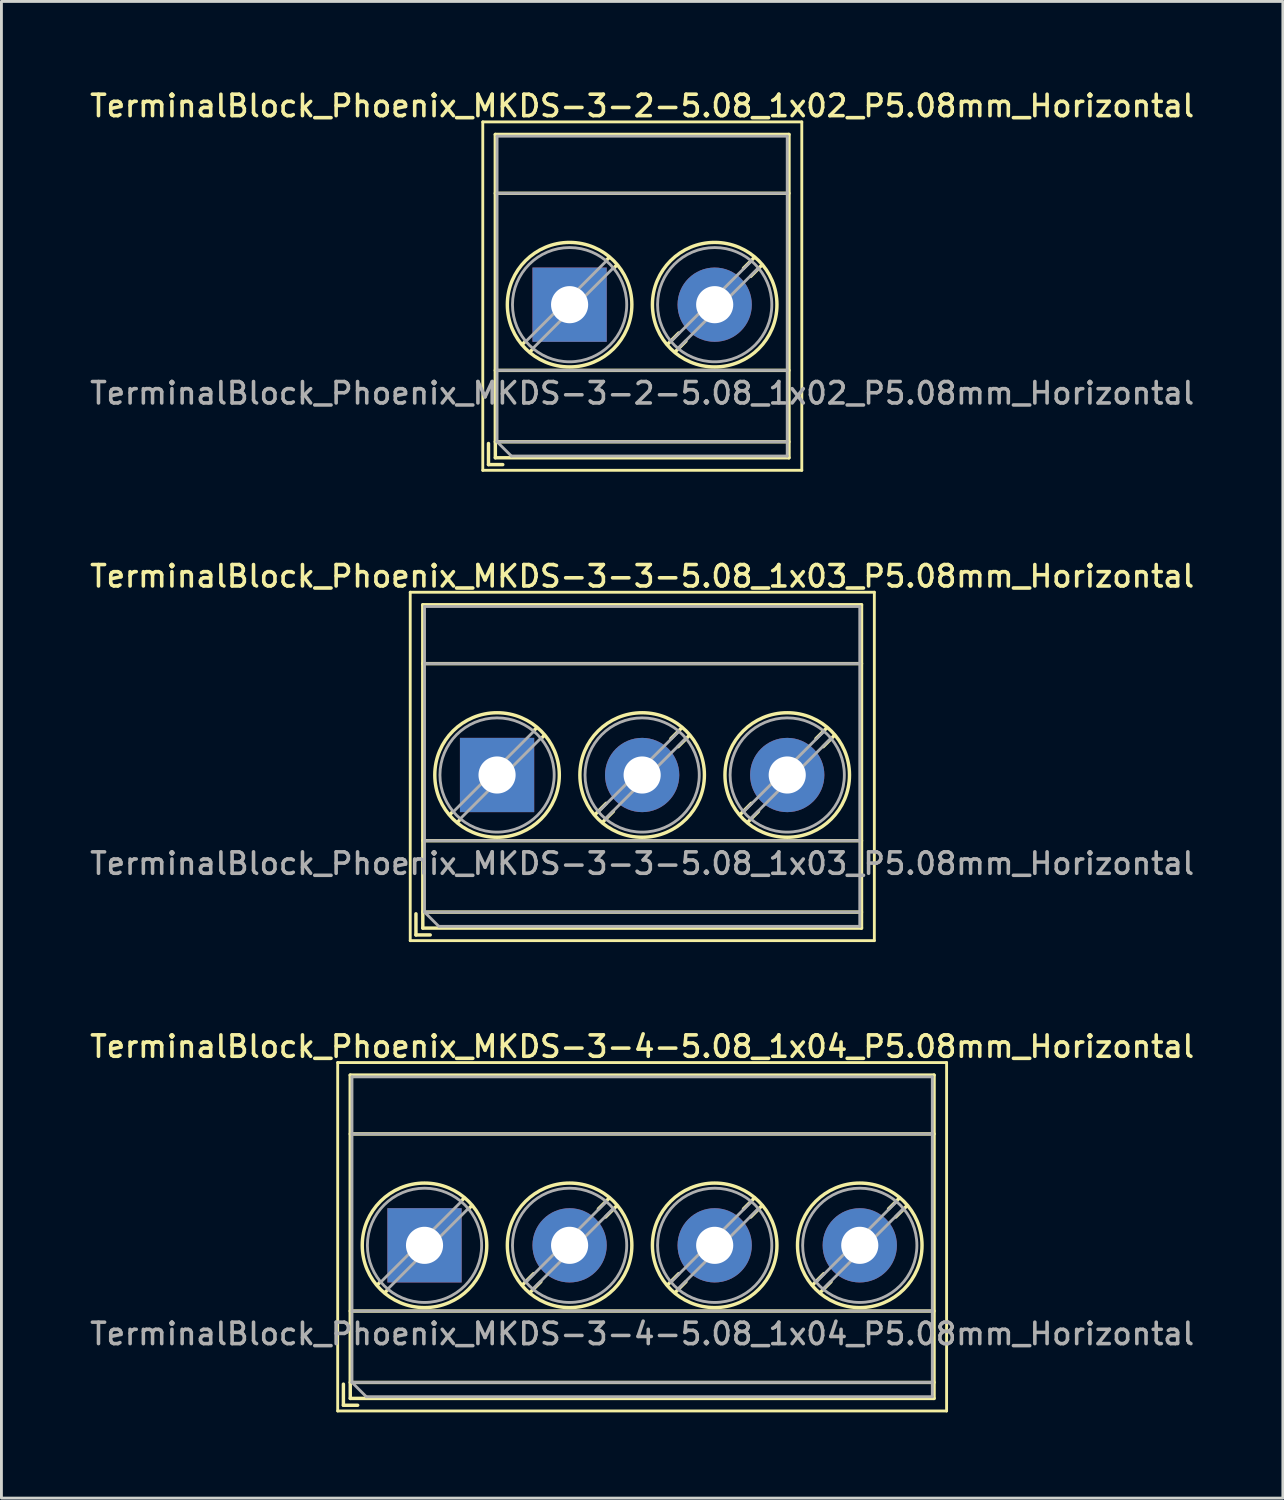
<source format=kicad_pcb>
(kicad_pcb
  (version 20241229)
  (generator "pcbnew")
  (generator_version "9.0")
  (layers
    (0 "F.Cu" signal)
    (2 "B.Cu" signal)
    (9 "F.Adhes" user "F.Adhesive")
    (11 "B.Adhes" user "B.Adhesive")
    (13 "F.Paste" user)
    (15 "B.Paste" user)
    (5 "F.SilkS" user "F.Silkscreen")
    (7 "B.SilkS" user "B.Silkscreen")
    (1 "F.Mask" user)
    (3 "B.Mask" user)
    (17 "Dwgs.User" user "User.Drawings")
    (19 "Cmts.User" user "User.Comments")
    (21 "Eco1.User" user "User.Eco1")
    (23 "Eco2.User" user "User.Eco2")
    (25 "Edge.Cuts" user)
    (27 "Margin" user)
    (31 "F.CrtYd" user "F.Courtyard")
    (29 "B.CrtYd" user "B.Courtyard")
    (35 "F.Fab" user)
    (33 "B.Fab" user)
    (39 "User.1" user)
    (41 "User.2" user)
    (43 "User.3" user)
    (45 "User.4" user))
  (footprint "TerminalBlock_Phoenix_MKDS-3-2-5.08_1x02_P5.08mm_Horizontal"
    (layer "F.Cu")
    (at 16.894 7.618)
    (property "Reference" "TerminalBlock_Phoenix_MKDS-3-2-5.08_1x02_P5.08mm_Horizontal" (at 2.54 -6.96 0) (layer "F.SilkS") (effects (font (size 0.75 0.75) (thickness 0.125))))
    (attr through_hole)
    (fp_line (start -3.04 -6.4) (end -3.04 5.8) (stroke (width 0.1) (type solid)) (layer "F.SilkS"))
    (fp_line (start -3.04 5.8) (end 8.13 5.8) (stroke (width 0.1) (type solid)) (layer "F.SilkS"))
    (fp_line (start -2.84 4.86) (end -2.84 5.6) (stroke (width 0.12) (type solid)) (layer "F.SilkS"))
    (fp_line (start -2.84 5.6) (end -2.34 5.6) (stroke (width 0.12) (type solid)) (layer "F.SilkS"))
    (fp_line (start -2.6 -5.96) (end -2.6 5.36) (stroke (width 0.12) (type solid)) (layer "F.SilkS"))
    (fp_line (start -2.6 -5.96) (end 7.68 -5.96) (stroke (width 0.12) (type solid)) (layer "F.SilkS"))
    (fp_line (start -2.6 -3.9) (end 7.68 -3.9) (stroke (width 0.12) (type solid)) (layer "F.SilkS"))
    (fp_line (start -2.6 2.3) (end 7.68 2.3) (stroke (width 0.12) (type solid)) (layer "F.SilkS"))
    (fp_line (start -2.6 4.8) (end 7.68 4.8) (stroke (width 0.12) (type solid)) (layer "F.SilkS"))
    (fp_line (start -2.6 5.36) (end 7.68 5.36) (stroke (width 0.12) (type solid)) (layer "F.SilkS"))
    (fp_line (start -1.548 1.281) (end -1.654 1.388) (stroke (width 0.12) (type solid)) (layer "F.SilkS"))
    (fp_line (start -1.282 1.547) (end -1.388 1.654) (stroke (width 0.12) (type solid)) (layer "F.SilkS"))
    (fp_line (start 1.388 -1.654) (end 1.281 -1.547) (stroke (width 0.12) (type solid)) (layer "F.SilkS"))
    (fp_line (start 1.654 -1.388) (end 1.547 -1.281) (stroke (width 0.12) (type solid)) (layer "F.SilkS"))
    (fp_line (start 3.822 0.992) (end 3.427 1.388) (stroke (width 0.12) (type solid)) (layer "F.SilkS"))
    (fp_line (start 4.073 1.274) (end 3.693 1.654) (stroke (width 0.12) (type solid)) (layer "F.SilkS"))
    (fp_line (start 6.468 -1.654) (end 6.088 -1.274) (stroke (width 0.12) (type solid)) (layer "F.SilkS"))
    (fp_line (start 6.734 -1.388) (end 6.339 -0.992) (stroke (width 0.12) (type solid)) (layer "F.SilkS"))
    (fp_line (start 7.68 -5.96) (end 7.68 5.36) (stroke (width 0.12) (type solid)) (layer "F.SilkS"))
    (fp_line (start 8.13 -6.4) (end -3.04 -6.4) (stroke (width 0.1) (type solid)) (layer "F.SilkS"))
    (fp_line (start 8.13 5.8) (end 8.13 -6.4) (stroke (width 0.1) (type solid)) (layer "F.SilkS"))
    (fp_circle (center 0 0) (end 2.18 0) (stroke (width 0.12) (type solid)) (fill no) (layer "F.SilkS"))
    (fp_circle (center 5.08 0) (end 7.26 0) (stroke (width 0.12) (type solid)) (fill no) (layer "F.SilkS"))
    (fp_line (start -2.54 -5.9) (end 7.62 -5.9) (stroke (width 0.1) (type solid)) (layer "F.Fab"))
    (fp_line (start -2.54 -3.9) (end 7.62 -3.9) (stroke (width 0.1) (type solid)) (layer "F.Fab"))
    (fp_line (start -2.54 2.3) (end 7.62 2.3) (stroke (width 0.1) (type solid)) (layer "F.Fab"))
    (fp_line (start -2.54 4.8) (end -2.54 -5.9) (stroke (width 0.1) (type solid)) (layer "F.Fab"))
    (fp_line (start -2.54 4.8) (end 7.62 4.8) (stroke (width 0.1) (type solid)) (layer "F.Fab"))
    (fp_line (start -2.04 5.3) (end -2.54 4.8) (stroke (width 0.1) (type solid)) (layer "F.Fab"))
    (fp_line (start 1.273 -1.517) (end -1.517 1.273) (stroke (width 0.1) (type solid)) (layer "F.Fab"))
    (fp_line (start 1.517 -1.273) (end -1.273 1.517) (stroke (width 0.1) (type solid)) (layer "F.Fab"))
    (fp_line (start 6.353 -1.517) (end 3.564 1.273) (stroke (width 0.1) (type solid)) (layer "F.Fab"))
    (fp_line (start 6.597 -1.273) (end 3.808 1.517) (stroke (width 0.1) (type solid)) (layer "F.Fab"))
    (fp_line (start 7.62 -5.9) (end 7.62 5.3) (stroke (width 0.1) (type solid)) (layer "F.Fab"))
    (fp_line (start 7.62 5.3) (end -2.04 5.3) (stroke (width 0.1) (type solid)) (layer "F.Fab"))
    (fp_circle (center 0 0) (end 2 0) (stroke (width 0.1) (type solid)) (fill no) (layer "F.Fab"))
    (fp_circle (center 5.08 0) (end 7.08 0) (stroke (width 0.1) (type solid)) (fill no) (layer "F.Fab"))
    (fp_text user "${REFERENCE}" (at 2.54 3.1 0) (layer "F.Fab") (effects (font (size 0.75 0.75) (thickness 0.125))))
    (pad "1" thru_hole rect (at 0 0) (size 2.6 2.6) (drill 1.3) (layers "*.Cu" "*.Mask"))
    (pad "2" thru_hole circle (at 5.08 0) (size 2.6 2.6) (drill 1.3) (layers "*.Cu" "*.Mask")))
  (footprint "TerminalBlock_Phoenix_MKDS-3-3-5.08_1x03_P5.08mm_Horizontal"
    (layer "F.Cu")
    (at 14.354 24.086)
    (property "Reference" "TerminalBlock_Phoenix_MKDS-3-3-5.08_1x03_P5.08mm_Horizontal" (at 5.08 -6.96 0) (layer "F.SilkS") (effects (font (size 0.75 0.75) (thickness 0.125))))
    (attr through_hole)
    (fp_line (start -3.04 -6.4) (end -3.04 5.8) (stroke (width 0.1) (type solid)) (layer "F.SilkS"))
    (fp_line (start -3.04 5.8) (end 13.21 5.8) (stroke (width 0.1) (type solid)) (layer "F.SilkS"))
    (fp_line (start -2.84 4.86) (end -2.84 5.6) (stroke (width 0.12) (type solid)) (layer "F.SilkS"))
    (fp_line (start -2.84 5.6) (end -2.34 5.6) (stroke (width 0.12) (type solid)) (layer "F.SilkS"))
    (fp_line (start -2.6 -5.96) (end -2.6 5.36) (stroke (width 0.12) (type solid)) (layer "F.SilkS"))
    (fp_line (start -2.6 -5.96) (end 12.76 -5.96) (stroke (width 0.12) (type solid)) (layer "F.SilkS"))
    (fp_line (start -2.6 -3.9) (end 12.76 -3.9) (stroke (width 0.12) (type solid)) (layer "F.SilkS"))
    (fp_line (start -2.6 2.3) (end 12.76 2.3) (stroke (width 0.12) (type solid)) (layer "F.SilkS"))
    (fp_line (start -2.6 4.8) (end 12.76 4.8) (stroke (width 0.12) (type solid)) (layer "F.SilkS"))
    (fp_line (start -2.6 5.36) (end 12.76 5.36) (stroke (width 0.12) (type solid)) (layer "F.SilkS"))
    (fp_line (start -1.548 1.281) (end -1.654 1.388) (stroke (width 0.12) (type solid)) (layer "F.SilkS"))
    (fp_line (start -1.282 1.547) (end -1.388 1.654) (stroke (width 0.12) (type solid)) (layer "F.SilkS"))
    (fp_line (start 1.388 -1.654) (end 1.281 -1.547) (stroke (width 0.12) (type solid)) (layer "F.SilkS"))
    (fp_line (start 1.654 -1.388) (end 1.547 -1.281) (stroke (width 0.12) (type solid)) (layer "F.SilkS"))
    (fp_line (start 3.822 0.992) (end 3.427 1.388) (stroke (width 0.12) (type solid)) (layer "F.SilkS"))
    (fp_line (start 4.073 1.274) (end 3.693 1.654) (stroke (width 0.12) (type solid)) (layer "F.SilkS"))
    (fp_line (start 6.468 -1.654) (end 6.088 -1.274) (stroke (width 0.12) (type solid)) (layer "F.SilkS"))
    (fp_line (start 6.734 -1.388) (end 6.339 -0.992) (stroke (width 0.12) (type solid)) (layer "F.SilkS"))
    (fp_line (start 8.902 0.992) (end 8.507 1.388) (stroke (width 0.12) (type solid)) (layer "F.SilkS"))
    (fp_line (start 9.153 1.274) (end 8.773 1.654) (stroke (width 0.12) (type solid)) (layer "F.SilkS"))
    (fp_line (start 11.548 -1.654) (end 11.168 -1.274) (stroke (width 0.12) (type solid)) (layer "F.SilkS"))
    (fp_line (start 11.814 -1.388) (end 11.419 -0.992) (stroke (width 0.12) (type solid)) (layer "F.SilkS"))
    (fp_line (start 12.76 -5.96) (end 12.76 5.36) (stroke (width 0.12) (type solid)) (layer "F.SilkS"))
    (fp_line (start 13.21 -6.4) (end -3.04 -6.4) (stroke (width 0.1) (type solid)) (layer "F.SilkS"))
    (fp_line (start 13.21 5.8) (end 13.21 -6.4) (stroke (width 0.1) (type solid)) (layer "F.SilkS"))
    (fp_circle (center 0 0) (end 2.18 0) (stroke (width 0.12) (type solid)) (fill no) (layer "F.SilkS"))
    (fp_circle (center 5.08 0) (end 7.26 0) (stroke (width 0.12) (type solid)) (fill no) (layer "F.SilkS"))
    (fp_circle (center 10.16 0) (end 12.34 0) (stroke (width 0.12) (type solid)) (fill no) (layer "F.SilkS"))
    (fp_line (start -2.54 -5.9) (end 12.7 -5.9) (stroke (width 0.1) (type solid)) (layer "F.Fab"))
    (fp_line (start -2.54 -3.9) (end 12.7 -3.9) (stroke (width 0.1) (type solid)) (layer "F.Fab"))
    (fp_line (start -2.54 2.3) (end 12.7 2.3) (stroke (width 0.1) (type solid)) (layer "F.Fab"))
    (fp_line (start -2.54 4.8) (end -2.54 -5.9) (stroke (width 0.1) (type solid)) (layer "F.Fab"))
    (fp_line (start -2.54 4.8) (end 12.7 4.8) (stroke (width 0.1) (type solid)) (layer "F.Fab"))
    (fp_line (start -2.04 5.3) (end -2.54 4.8) (stroke (width 0.1) (type solid)) (layer "F.Fab"))
    (fp_line (start 1.273 -1.517) (end -1.517 1.273) (stroke (width 0.1) (type solid)) (layer "F.Fab"))
    (fp_line (start 1.517 -1.273) (end -1.273 1.517) (stroke (width 0.1) (type solid)) (layer "F.Fab"))
    (fp_line (start 6.353 -1.517) (end 3.564 1.273) (stroke (width 0.1) (type solid)) (layer "F.Fab"))
    (fp_line (start 6.597 -1.273) (end 3.808 1.517) (stroke (width 0.1) (type solid)) (layer "F.Fab"))
    (fp_line (start 11.433 -1.517) (end 8.644 1.273) (stroke (width 0.1) (type solid)) (layer "F.Fab"))
    (fp_line (start 11.677 -1.273) (end 8.888 1.517) (stroke (width 0.1) (type solid)) (layer "F.Fab"))
    (fp_line (start 12.7 -5.9) (end 12.7 5.3) (stroke (width 0.1) (type solid)) (layer "F.Fab"))
    (fp_line (start 12.7 5.3) (end -2.04 5.3) (stroke (width 0.1) (type solid)) (layer "F.Fab"))
    (fp_circle (center 0 0) (end 2 0) (stroke (width 0.1) (type solid)) (fill no) (layer "F.Fab"))
    (fp_circle (center 5.08 0) (end 7.08 0) (stroke (width 0.1) (type solid)) (fill no) (layer "F.Fab"))
    (fp_circle (center 10.16 0) (end 12.16 0) (stroke (width 0.1) (type solid)) (fill no) (layer "F.Fab"))
    (fp_text user "${REFERENCE}" (at 5.08 3.1 0) (layer "F.Fab") (effects (font (size 0.75 0.75) (thickness 0.125))))
    (pad "1" thru_hole rect (at 0 0) (size 2.6 2.6) (drill 1.3) (layers "*.Cu" "*.Mask"))
    (pad "2" thru_hole circle (at 5.08 0) (size 2.6 2.6) (drill 1.3) (layers "*.Cu" "*.Mask"))
    (pad "3" thru_hole circle (at 10.16 0) (size 2.6 2.6) (drill 1.3) (layers "*.Cu" "*.Mask")))
  (footprint "TerminalBlock_Phoenix_MKDS-3-4-5.08_1x04_P5.08mm_Horizontal"
    (layer "F.Cu")
    (at 11.814 40.554)
    (property "Reference" "TerminalBlock_Phoenix_MKDS-3-4-5.08_1x04_P5.08mm_Horizontal" (at 7.62 -6.96 0) (layer "F.SilkS") (effects (font (size 0.75 0.75) (thickness 0.125))))
    (attr through_hole)
    (fp_line (start -3.04 -6.4) (end -3.04 5.8) (stroke (width 0.1) (type solid)) (layer "F.SilkS"))
    (fp_line (start -3.04 5.8) (end 18.28 5.8) (stroke (width 0.1) (type solid)) (layer "F.SilkS"))
    (fp_line (start -2.84 4.86) (end -2.84 5.6) (stroke (width 0.12) (type solid)) (layer "F.SilkS"))
    (fp_line (start -2.84 5.6) (end -2.34 5.6) (stroke (width 0.12) (type solid)) (layer "F.SilkS"))
    (fp_line (start -2.6 -5.96) (end -2.6 5.36) (stroke (width 0.12) (type solid)) (layer "F.SilkS"))
    (fp_line (start -2.6 -5.96) (end 17.84 -5.96) (stroke (width 0.12) (type solid)) (layer "F.SilkS"))
    (fp_line (start -2.6 -3.9) (end 17.84 -3.9) (stroke (width 0.12) (type solid)) (layer "F.SilkS"))
    (fp_line (start -2.6 2.3) (end 17.84 2.3) (stroke (width 0.12) (type solid)) (layer "F.SilkS"))
    (fp_line (start -2.6 4.8) (end 17.84 4.8) (stroke (width 0.12) (type solid)) (layer "F.SilkS"))
    (fp_line (start -2.6 5.36) (end 17.84 5.36) (stroke (width 0.12) (type solid)) (layer "F.SilkS"))
    (fp_line (start -1.548 1.281) (end -1.654 1.388) (stroke (width 0.12) (type solid)) (layer "F.SilkS"))
    (fp_line (start -1.282 1.547) (end -1.388 1.654) (stroke (width 0.12) (type solid)) (layer "F.SilkS"))
    (fp_line (start 1.388 -1.654) (end 1.281 -1.547) (stroke (width 0.12) (type solid)) (layer "F.SilkS"))
    (fp_line (start 1.654 -1.388) (end 1.547 -1.281) (stroke (width 0.12) (type solid)) (layer "F.SilkS"))
    (fp_line (start 3.822 0.992) (end 3.427 1.388) (stroke (width 0.12) (type solid)) (layer "F.SilkS"))
    (fp_line (start 4.073 1.274) (end 3.693 1.654) (stroke (width 0.12) (type solid)) (layer "F.SilkS"))
    (fp_line (start 6.468 -1.654) (end 6.088 -1.274) (stroke (width 0.12) (type solid)) (layer "F.SilkS"))
    (fp_line (start 6.734 -1.388) (end 6.339 -0.992) (stroke (width 0.12) (type solid)) (layer "F.SilkS"))
    (fp_line (start 8.902 0.992) (end 8.507 1.388) (stroke (width 0.12) (type solid)) (layer "F.SilkS"))
    (fp_line (start 9.153 1.274) (end 8.773 1.654) (stroke (width 0.12) (type solid)) (layer "F.SilkS"))
    (fp_line (start 11.548 -1.654) (end 11.168 -1.274) (stroke (width 0.12) (type solid)) (layer "F.SilkS"))
    (fp_line (start 11.814 -1.388) (end 11.419 -0.992) (stroke (width 0.12) (type solid)) (layer "F.SilkS"))
    (fp_line (start 13.982 0.992) (end 13.587 1.388) (stroke (width 0.12) (type solid)) (layer "F.SilkS"))
    (fp_line (start 14.233 1.274) (end 13.853 1.654) (stroke (width 0.12) (type solid)) (layer "F.SilkS"))
    (fp_line (start 16.628 -1.654) (end 16.248 -1.274) (stroke (width 0.12) (type solid)) (layer "F.SilkS"))
    (fp_line (start 16.894 -1.388) (end 16.499 -0.992) (stroke (width 0.12) (type solid)) (layer "F.SilkS"))
    (fp_line (start 17.84 -5.96) (end 17.84 5.36) (stroke (width 0.12) (type solid)) (layer "F.SilkS"))
    (fp_line (start 18.28 -6.4) (end -3.04 -6.4) (stroke (width 0.1) (type solid)) (layer "F.SilkS"))
    (fp_line (start 18.28 5.8) (end 18.28 -6.4) (stroke (width 0.1) (type solid)) (layer "F.SilkS"))
    (fp_circle (center 0 0) (end 2.18 0) (stroke (width 0.12) (type solid)) (fill no) (layer "F.SilkS"))
    (fp_circle (center 5.08 0) (end 7.26 0) (stroke (width 0.12) (type solid)) (fill no) (layer "F.SilkS"))
    (fp_circle (center 10.16 0) (end 12.34 0) (stroke (width 0.12) (type solid)) (fill no) (layer "F.SilkS"))
    (fp_circle (center 15.24 0) (end 17.42 0) (stroke (width 0.12) (type solid)) (fill no) (layer "F.SilkS"))
    (fp_line (start -2.54 -5.9) (end 17.78 -5.9) (stroke (width 0.1) (type solid)) (layer "F.Fab"))
    (fp_line (start -2.54 -3.9) (end 17.78 -3.9) (stroke (width 0.1) (type solid)) (layer "F.Fab"))
    (fp_line (start -2.54 2.3) (end 17.78 2.3) (stroke (width 0.1) (type solid)) (layer "F.Fab"))
    (fp_line (start -2.54 4.8) (end -2.54 -5.9) (stroke (width 0.1) (type solid)) (layer "F.Fab"))
    (fp_line (start -2.54 4.8) (end 17.78 4.8) (stroke (width 0.1) (type solid)) (layer "F.Fab"))
    (fp_line (start -2.04 5.3) (end -2.54 4.8) (stroke (width 0.1) (type solid)) (layer "F.Fab"))
    (fp_line (start 1.273 -1.517) (end -1.517 1.273) (stroke (width 0.1) (type solid)) (layer "F.Fab"))
    (fp_line (start 1.517 -1.273) (end -1.273 1.517) (stroke (width 0.1) (type solid)) (layer "F.Fab"))
    (fp_line (start 6.353 -1.517) (end 3.564 1.273) (stroke (width 0.1) (type solid)) (layer "F.Fab"))
    (fp_line (start 6.597 -1.273) (end 3.808 1.517) (stroke (width 0.1) (type solid)) (layer "F.Fab"))
    (fp_line (start 11.433 -1.517) (end 8.644 1.273) (stroke (width 0.1) (type solid)) (layer "F.Fab"))
    (fp_line (start 11.677 -1.273) (end 8.888 1.517) (stroke (width 0.1) (type solid)) (layer "F.Fab"))
    (fp_line (start 16.513 -1.517) (end 13.724 1.273) (stroke (width 0.1) (type solid)) (layer "F.Fab"))
    (fp_line (start 16.757 -1.273) (end 13.968 1.517) (stroke (width 0.1) (type solid)) (layer "F.Fab"))
    (fp_line (start 17.78 -5.9) (end 17.78 5.3) (stroke (width 0.1) (type solid)) (layer "F.Fab"))
    (fp_line (start 17.78 5.3) (end -2.04 5.3) (stroke (width 0.1) (type solid)) (layer "F.Fab"))
    (fp_circle (center 0 0) (end 2 0) (stroke (width 0.1) (type solid)) (fill no) (layer "F.Fab"))
    (fp_circle (center 5.08 0) (end 7.08 0) (stroke (width 0.1) (type solid)) (fill no) (layer "F.Fab"))
    (fp_circle (center 10.16 0) (end 12.16 0) (stroke (width 0.1) (type solid)) (fill no) (layer "F.Fab"))
    (fp_circle (center 15.24 0) (end 17.24 0) (stroke (width 0.1) (type solid)) (fill no) (layer "F.Fab"))
    (fp_text user "${REFERENCE}" (at 7.62 3.1 0) (layer "F.Fab") (effects (font (size 0.75 0.75) (thickness 0.125))))
    (pad "1" thru_hole rect (at 0 0) (size 2.6 2.6) (drill 1.3) (layers "*.Cu" "*.Mask"))
    (pad "2" thru_hole circle (at 5.08 0) (size 2.6 2.6) (drill 1.3) (layers "*.Cu" "*.Mask"))
    (pad "3" thru_hole circle (at 10.16 0) (size 2.6 2.6) (drill 1.3) (layers "*.Cu" "*.Mask"))
    (pad "4" thru_hole circle (at 15.24 0) (size 2.6 2.6) (drill 1.3) (layers "*.Cu" "*.Mask")))
  (gr_rect
    (start -3 -3)
    (end 41.868 49.404)
    (stroke (width 0.1) (type default))
    (fill no)
    (layer "Edge.Cuts")))
</source>
